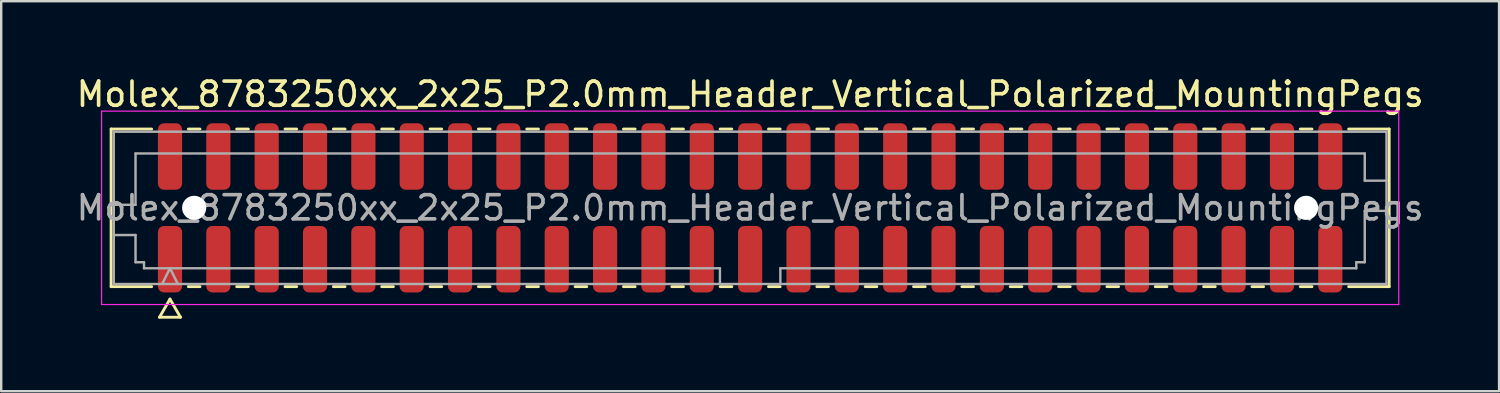
<source format=kicad_pcb>
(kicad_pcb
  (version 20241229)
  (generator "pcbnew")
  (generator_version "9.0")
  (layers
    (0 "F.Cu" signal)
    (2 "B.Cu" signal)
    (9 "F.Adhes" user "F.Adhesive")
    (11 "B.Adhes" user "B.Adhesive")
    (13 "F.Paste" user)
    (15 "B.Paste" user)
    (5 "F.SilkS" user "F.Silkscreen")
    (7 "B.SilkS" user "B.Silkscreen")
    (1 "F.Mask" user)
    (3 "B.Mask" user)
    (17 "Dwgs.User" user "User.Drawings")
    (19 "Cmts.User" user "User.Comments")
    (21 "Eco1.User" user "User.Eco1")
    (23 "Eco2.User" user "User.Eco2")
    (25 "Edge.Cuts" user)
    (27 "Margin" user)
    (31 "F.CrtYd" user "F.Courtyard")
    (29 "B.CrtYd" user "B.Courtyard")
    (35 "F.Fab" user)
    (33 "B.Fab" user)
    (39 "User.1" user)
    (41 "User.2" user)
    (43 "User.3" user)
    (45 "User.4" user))
  (footprint "Molex_8783250xx_2x25_P2.0mm_Header_Vertical_Polarized_MountingPegs"
    (layer "F.Cu")
    (at 27.982 5.548)
    (property "Reference" "Molex_8783250xx_2x25_P2.0mm_Header_Vertical_Polarized_MountingPegs" (at 0 -4.7 0) (layer "F.SilkS") (effects (font (size 1 1) (thickness 0.15))))
    (attr smd)
    (fp_line (start -26.435 -3.26) (end -24.76 -3.26) (stroke (width 0.12) (type solid)) (layer "F.SilkS"))
    (fp_line (start -26.435 3.26) (end -26.435 -3.26) (stroke (width 0.12) (type solid)) (layer "F.SilkS"))
    (fp_line (start -24.76 3.26) (end -26.435 3.26) (stroke (width 0.12) (type solid)) (layer "F.SilkS"))
    (fp_line (start -24.433 4.525) (end -24 3.775) (stroke (width 0.12) (type solid)) (layer "F.SilkS"))
    (fp_line (start -24 3.775) (end -23.567 4.525) (stroke (width 0.12) (type solid)) (layer "F.SilkS"))
    (fp_line (start -23.567 4.525) (end -24.433 4.525) (stroke (width 0.12) (type solid)) (layer "F.SilkS"))
    (fp_line (start -23.24 -3.26) (end -22.76 -3.26) (stroke (width 0.12) (type solid)) (layer "F.SilkS"))
    (fp_line (start -22.76 3.26) (end -23.24 3.26) (stroke (width 0.12) (type solid)) (layer "F.SilkS"))
    (fp_line (start -21.24 -3.26) (end -20.76 -3.26) (stroke (width 0.12) (type solid)) (layer "F.SilkS"))
    (fp_line (start -20.76 3.26) (end -21.24 3.26) (stroke (width 0.12) (type solid)) (layer "F.SilkS"))
    (fp_line (start -19.24 -3.26) (end -18.76 -3.26) (stroke (width 0.12) (type solid)) (layer "F.SilkS"))
    (fp_line (start -18.76 3.26) (end -19.24 3.26) (stroke (width 0.12) (type solid)) (layer "F.SilkS"))
    (fp_line (start -17.24 -3.26) (end -16.76 -3.26) (stroke (width 0.12) (type solid)) (layer "F.SilkS"))
    (fp_line (start -16.76 3.26) (end -17.24 3.26) (stroke (width 0.12) (type solid)) (layer "F.SilkS"))
    (fp_line (start -15.24 -3.26) (end -14.76 -3.26) (stroke (width 0.12) (type solid)) (layer "F.SilkS"))
    (fp_line (start -14.76 3.26) (end -15.24 3.26) (stroke (width 0.12) (type solid)) (layer "F.SilkS"))
    (fp_line (start -13.24 -3.26) (end -12.76 -3.26) (stroke (width 0.12) (type solid)) (layer "F.SilkS"))
    (fp_line (start -12.76 3.26) (end -13.24 3.26) (stroke (width 0.12) (type solid)) (layer "F.SilkS"))
    (fp_line (start -11.24 -3.26) (end -10.76 -3.26) (stroke (width 0.12) (type solid)) (layer "F.SilkS"))
    (fp_line (start -10.76 3.26) (end -11.24 3.26) (stroke (width 0.12) (type solid)) (layer "F.SilkS"))
    (fp_line (start -9.24 -3.26) (end -8.76 -3.26) (stroke (width 0.12) (type solid)) (layer "F.SilkS"))
    (fp_line (start -8.76 3.26) (end -9.24 3.26) (stroke (width 0.12) (type solid)) (layer "F.SilkS"))
    (fp_line (start -7.24 -3.26) (end -6.76 -3.26) (stroke (width 0.12) (type solid)) (layer "F.SilkS"))
    (fp_line (start -6.76 3.26) (end -7.24 3.26) (stroke (width 0.12) (type solid)) (layer "F.SilkS"))
    (fp_line (start -5.24 -3.26) (end -4.76 -3.26) (stroke (width 0.12) (type solid)) (layer "F.SilkS"))
    (fp_line (start -4.76 3.26) (end -5.24 3.26) (stroke (width 0.12) (type solid)) (layer "F.SilkS"))
    (fp_line (start -3.24 -3.26) (end -2.76 -3.26) (stroke (width 0.12) (type solid)) (layer "F.SilkS"))
    (fp_line (start -2.76 3.26) (end -3.24 3.26) (stroke (width 0.12) (type solid)) (layer "F.SilkS"))
    (fp_line (start -1.24 -3.26) (end -0.76 -3.26) (stroke (width 0.12) (type solid)) (layer "F.SilkS"))
    (fp_line (start -0.76 3.26) (end -1.24 3.26) (stroke (width 0.12) (type solid)) (layer "F.SilkS"))
    (fp_line (start 0.76 -3.26) (end 1.24 -3.26) (stroke (width 0.12) (type solid)) (layer "F.SilkS"))
    (fp_line (start 1.24 3.26) (end 0.76 3.26) (stroke (width 0.12) (type solid)) (layer "F.SilkS"))
    (fp_line (start 2.76 -3.26) (end 3.24 -3.26) (stroke (width 0.12) (type solid)) (layer "F.SilkS"))
    (fp_line (start 3.24 3.26) (end 2.76 3.26) (stroke (width 0.12) (type solid)) (layer "F.SilkS"))
    (fp_line (start 4.76 -3.26) (end 5.24 -3.26) (stroke (width 0.12) (type solid)) (layer "F.SilkS"))
    (fp_line (start 5.24 3.26) (end 4.76 3.26) (stroke (width 0.12) (type solid)) (layer "F.SilkS"))
    (fp_line (start 6.76 -3.26) (end 7.24 -3.26) (stroke (width 0.12) (type solid)) (layer "F.SilkS"))
    (fp_line (start 7.24 3.26) (end 6.76 3.26) (stroke (width 0.12) (type solid)) (layer "F.SilkS"))
    (fp_line (start 8.76 -3.26) (end 9.24 -3.26) (stroke (width 0.12) (type solid)) (layer "F.SilkS"))
    (fp_line (start 9.24 3.26) (end 8.76 3.26) (stroke (width 0.12) (type solid)) (layer "F.SilkS"))
    (fp_line (start 10.76 -3.26) (end 11.24 -3.26) (stroke (width 0.12) (type solid)) (layer "F.SilkS"))
    (fp_line (start 11.24 3.26) (end 10.76 3.26) (stroke (width 0.12) (type solid)) (layer "F.SilkS"))
    (fp_line (start 12.76 -3.26) (end 13.24 -3.26) (stroke (width 0.12) (type solid)) (layer "F.SilkS"))
    (fp_line (start 13.24 3.26) (end 12.76 3.26) (stroke (width 0.12) (type solid)) (layer "F.SilkS"))
    (fp_line (start 14.76 -3.26) (end 15.24 -3.26) (stroke (width 0.12) (type solid)) (layer "F.SilkS"))
    (fp_line (start 15.24 3.26) (end 14.76 3.26) (stroke (width 0.12) (type solid)) (layer "F.SilkS"))
    (fp_line (start 16.76 -3.26) (end 17.24 -3.26) (stroke (width 0.12) (type solid)) (layer "F.SilkS"))
    (fp_line (start 17.24 3.26) (end 16.76 3.26) (stroke (width 0.12) (type solid)) (layer "F.SilkS"))
    (fp_line (start 18.76 -3.26) (end 19.24 -3.26) (stroke (width 0.12) (type solid)) (layer "F.SilkS"))
    (fp_line (start 19.24 3.26) (end 18.76 3.26) (stroke (width 0.12) (type solid)) (layer "F.SilkS"))
    (fp_line (start 20.76 -3.26) (end 21.24 -3.26) (stroke (width 0.12) (type solid)) (layer "F.SilkS"))
    (fp_line (start 21.24 3.26) (end 20.76 3.26) (stroke (width 0.12) (type solid)) (layer "F.SilkS"))
    (fp_line (start 22.76 -3.26) (end 23.24 -3.26) (stroke (width 0.12) (type solid)) (layer "F.SilkS"))
    (fp_line (start 23.24 3.26) (end 22.76 3.26) (stroke (width 0.12) (type solid)) (layer "F.SilkS"))
    (fp_line (start 24.76 -3.26) (end 26.435 -3.26) (stroke (width 0.12) (type solid)) (layer "F.SilkS"))
    (fp_line (start 26.435 -3.26) (end 26.435 3.26) (stroke (width 0.12) (type solid)) (layer "F.SilkS"))
    (fp_line (start 26.435 3.26) (end 24.76 3.26) (stroke (width 0.12) (type solid)) (layer "F.SilkS"))
    (fp_line (start -26.83 -4) (end -26.83 4) (stroke (width 0.05) (type solid)) (layer "F.CrtYd"))
    (fp_line (start -26.83 4) (end 26.83 4) (stroke (width 0.05) (type solid)) (layer "F.CrtYd"))
    (fp_line (start 26.83 -4) (end -26.83 -4) (stroke (width 0.05) (type solid)) (layer "F.CrtYd"))
    (fp_line (start 26.83 4) (end 26.83 -4) (stroke (width 0.05) (type solid)) (layer "F.CrtYd"))
    (fp_line (start -26.325 -3.15) (end 26.325 -3.15) (stroke (width 0.1) (type solid)) (layer "F.Fab"))
    (fp_line (start -26.325 -0.125) (end -25.425 -0.125) (stroke (width 0.1) (type solid)) (layer "F.Fab"))
    (fp_line (start -26.325 1.125) (end -25.425 1.125) (stroke (width 0.1) (type solid)) (layer "F.Fab"))
    (fp_line (start -26.325 3.15) (end -26.325 -3.15) (stroke (width 0.1) (type solid)) (layer "F.Fab"))
    (fp_line (start -25.425 -2.25) (end 25.425 -2.25) (stroke (width 0.1) (type solid)) (layer "F.Fab"))
    (fp_line (start -25.425 -0.125) (end -25.425 -2.25) (stroke (width 0.1) (type solid)) (layer "F.Fab"))
    (fp_line (start -25.425 1.125) (end -25.425 2.25) (stroke (width 0.1) (type solid)) (layer "F.Fab"))
    (fp_line (start -25.425 2.25) (end -25.075 2.25) (stroke (width 0.1) (type solid)) (layer "F.Fab"))
    (fp_line (start -25.075 2.25) (end -25.075 2.5) (stroke (width 0.1) (type solid)) (layer "F.Fab"))
    (fp_line (start -25.075 2.5) (end -1.25 2.5) (stroke (width 0.1) (type solid)) (layer "F.Fab"))
    (fp_line (start -24.325 3.15) (end -24 2.5) (stroke (width 0.1) (type solid)) (layer "F.Fab"))
    (fp_line (start -24 2.5) (end -23.675 3.15) (stroke (width 0.1) (type solid)) (layer "F.Fab"))
    (fp_line (start -1.25 2.5) (end -1.25 3.15) (stroke (width 0.1) (type solid)) (layer "F.Fab"))
    (fp_line (start 1.25 2.5) (end 1.25 3.15) (stroke (width 0.1) (type solid)) (layer "F.Fab"))
    (fp_line (start 1.25 2.5) (end 25.075 2.5) (stroke (width 0.1) (type solid)) (layer "F.Fab"))
    (fp_line (start 25.075 2.25) (end 25.425 2.25) (stroke (width 0.1) (type solid)) (layer "F.Fab"))
    (fp_line (start 25.075 2.5) (end 25.075 2.25) (stroke (width 0.1) (type solid)) (layer "F.Fab"))
    (fp_line (start 25.425 -2.25) (end 25.425 -1.125) (stroke (width 0.1) (type solid)) (layer "F.Fab"))
    (fp_line (start 25.425 -1.125) (end 26.325 -1.125) (stroke (width 0.1) (type solid)) (layer "F.Fab"))
    (fp_line (start 25.425 0.125) (end 26.325 0.125) (stroke (width 0.1) (type solid)) (layer "F.Fab"))
    (fp_line (start 25.425 2.25) (end 25.425 0.125) (stroke (width 0.1) (type solid)) (layer "F.Fab"))
    (fp_line (start 26.325 -3.15) (end 26.325 3.15) (stroke (width 0.1) (type solid)) (layer "F.Fab"))
    (fp_line (start 26.325 3.15) (end -26.325 3.15) (stroke (width 0.1) (type solid)) (layer "F.Fab"))
    (fp_text user "${REFERENCE}" (at 0 0 0) (layer "F.Fab") (effects (font (size 1 1) (thickness 0.15))))
    (pad "" np_thru_hole circle (at -23 0) (size 1 1) (drill 1) (layers "*.Cu" "*.Mask"))
    (pad "" np_thru_hole circle (at 23 0) (size 1 1) (drill 1) (layers "*.Cu" "*.Mask"))
    (pad "1" smd roundrect (at -24 2.125) (size 1 2.75) (layers "F.Cu" "F.Mask" "F.Paste") (roundrect_rratio 0.25))
    (pad "2" smd roundrect (at -24 -2.125) (size 1 2.75) (layers "F.Cu" "F.Mask" "F.Paste") (roundrect_rratio 0.25))
    (pad "3" smd roundrect (at -22 2.125) (size 1 2.75) (layers "F.Cu" "F.Mask" "F.Paste") (roundrect_rratio 0.25))
    (pad "4" smd roundrect (at -22 -2.125) (size 1 2.75) (layers "F.Cu" "F.Mask" "F.Paste") (roundrect_rratio 0.25))
    (pad "5" smd roundrect (at -20 2.125) (size 1 2.75) (layers "F.Cu" "F.Mask" "F.Paste") (roundrect_rratio 0.25))
    (pad "6" smd roundrect (at -20 -2.125) (size 1 2.75) (layers "F.Cu" "F.Mask" "F.Paste") (roundrect_rratio 0.25))
    (pad "7" smd roundrect (at -18 2.125) (size 1 2.75) (layers "F.Cu" "F.Mask" "F.Paste") (roundrect_rratio 0.25))
    (pad "8" smd roundrect (at -18 -2.125) (size 1 2.75) (layers "F.Cu" "F.Mask" "F.Paste") (roundrect_rratio 0.25))
    (pad "9" smd roundrect (at -16 2.125) (size 1 2.75) (layers "F.Cu" "F.Mask" "F.Paste") (roundrect_rratio 0.25))
    (pad "10" smd roundrect (at -16 -2.125) (size 1 2.75) (layers "F.Cu" "F.Mask" "F.Paste") (roundrect_rratio 0.25))
    (pad "11" smd roundrect (at -14 2.125) (size 1 2.75) (layers "F.Cu" "F.Mask" "F.Paste") (roundrect_rratio 0.25))
    (pad "12" smd roundrect (at -14 -2.125) (size 1 2.75) (layers "F.Cu" "F.Mask" "F.Paste") (roundrect_rratio 0.25))
    (pad "13" smd roundrect (at -12 2.125) (size 1 2.75) (layers "F.Cu" "F.Mask" "F.Paste") (roundrect_rratio 0.25))
    (pad "14" smd roundrect (at -12 -2.125) (size 1 2.75) (layers "F.Cu" "F.Mask" "F.Paste") (roundrect_rratio 0.25))
    (pad "15" smd roundrect (at -10 2.125) (size 1 2.75) (layers "F.Cu" "F.Mask" "F.Paste") (roundrect_rratio 0.25))
    (pad "16" smd roundrect (at -10 -2.125) (size 1 2.75) (layers "F.Cu" "F.Mask" "F.Paste") (roundrect_rratio 0.25))
    (pad "17" smd roundrect (at -8 2.125) (size 1 2.75) (layers "F.Cu" "F.Mask" "F.Paste") (roundrect_rratio 0.25))
    (pad "18" smd roundrect (at -8 -2.125) (size 1 2.75) (layers "F.Cu" "F.Mask" "F.Paste") (roundrect_rratio 0.25))
    (pad "19" smd roundrect (at -6 2.125) (size 1 2.75) (layers "F.Cu" "F.Mask" "F.Paste") (roundrect_rratio 0.25))
    (pad "20" smd roundrect (at -6 -2.125) (size 1 2.75) (layers "F.Cu" "F.Mask" "F.Paste") (roundrect_rratio 0.25))
    (pad "21" smd roundrect (at -4 2.125) (size 1 2.75) (layers "F.Cu" "F.Mask" "F.Paste") (roundrect_rratio 0.25))
    (pad "22" smd roundrect (at -4 -2.125) (size 1 2.75) (layers "F.Cu" "F.Mask" "F.Paste") (roundrect_rratio 0.25))
    (pad "23" smd roundrect (at -2 2.125) (size 1 2.75) (layers "F.Cu" "F.Mask" "F.Paste") (roundrect_rratio 0.25))
    (pad "24" smd roundrect (at -2 -2.125) (size 1 2.75) (layers "F.Cu" "F.Mask" "F.Paste") (roundrect_rratio 0.25))
    (pad "25" smd roundrect (at 0 2.125) (size 1 2.75) (layers "F.Cu" "F.Mask" "F.Paste") (roundrect_rratio 0.25))
    (pad "26" smd roundrect (at 0 -2.125) (size 1 2.75) (layers "F.Cu" "F.Mask" "F.Paste") (roundrect_rratio 0.25))
    (pad "27" smd roundrect (at 2 2.125) (size 1 2.75) (layers "F.Cu" "F.Mask" "F.Paste") (roundrect_rratio 0.25))
    (pad "28" smd roundrect (at 2 -2.125) (size 1 2.75) (layers "F.Cu" "F.Mask" "F.Paste") (roundrect_rratio 0.25))
    (pad "29" smd roundrect (at 4 2.125) (size 1 2.75) (layers "F.Cu" "F.Mask" "F.Paste") (roundrect_rratio 0.25))
    (pad "30" smd roundrect (at 4 -2.125) (size 1 2.75) (layers "F.Cu" "F.Mask" "F.Paste") (roundrect_rratio 0.25))
    (pad "31" smd roundrect (at 6 2.125) (size 1 2.75) (layers "F.Cu" "F.Mask" "F.Paste") (roundrect_rratio 0.25))
    (pad "32" smd roundrect (at 6 -2.125) (size 1 2.75) (layers "F.Cu" "F.Mask" "F.Paste") (roundrect_rratio 0.25))
    (pad "33" smd roundrect (at 8 2.125) (size 1 2.75) (layers "F.Cu" "F.Mask" "F.Paste") (roundrect_rratio 0.25))
    (pad "34" smd roundrect (at 8 -2.125) (size 1 2.75) (layers "F.Cu" "F.Mask" "F.Paste") (roundrect_rratio 0.25))
    (pad "35" smd roundrect (at 10 2.125) (size 1 2.75) (layers "F.Cu" "F.Mask" "F.Paste") (roundrect_rratio 0.25))
    (pad "36" smd roundrect (at 10 -2.125) (size 1 2.75) (layers "F.Cu" "F.Mask" "F.Paste") (roundrect_rratio 0.25))
    (pad "37" smd roundrect (at 12 2.125) (size 1 2.75) (layers "F.Cu" "F.Mask" "F.Paste") (roundrect_rratio 0.25))
    (pad "38" smd roundrect (at 12 -2.125) (size 1 2.75) (layers "F.Cu" "F.Mask" "F.Paste") (roundrect_rratio 0.25))
    (pad "39" smd roundrect (at 14 2.125) (size 1 2.75) (layers "F.Cu" "F.Mask" "F.Paste") (roundrect_rratio 0.25))
    (pad "40" smd roundrect (at 14 -2.125) (size 1 2.75) (layers "F.Cu" "F.Mask" "F.Paste") (roundrect_rratio 0.25))
    (pad "41" smd roundrect (at 16 2.125) (size 1 2.75) (layers "F.Cu" "F.Mask" "F.Paste") (roundrect_rratio 0.25))
    (pad "42" smd roundrect (at 16 -2.125) (size 1 2.75) (layers "F.Cu" "F.Mask" "F.Paste") (roundrect_rratio 0.25))
    (pad "43" smd roundrect (at 18 2.125) (size 1 2.75) (layers "F.Cu" "F.Mask" "F.Paste") (roundrect_rratio 0.25))
    (pad "44" smd roundrect (at 18 -2.125) (size 1 2.75) (layers "F.Cu" "F.Mask" "F.Paste") (roundrect_rratio 0.25))
    (pad "45" smd roundrect (at 20 2.125) (size 1 2.75) (layers "F.Cu" "F.Mask" "F.Paste") (roundrect_rratio 0.25))
    (pad "46" smd roundrect (at 20 -2.125) (size 1 2.75) (layers "F.Cu" "F.Mask" "F.Paste") (roundrect_rratio 0.25))
    (pad "47" smd roundrect (at 22 2.125) (size 1 2.75) (layers "F.Cu" "F.Mask" "F.Paste") (roundrect_rratio 0.25))
    (pad "48" smd roundrect (at 22 -2.125) (size 1 2.75) (layers "F.Cu" "F.Mask" "F.Paste") (roundrect_rratio 0.25))
    (pad "49" smd roundrect (at 24 2.125) (size 1 2.75) (layers "F.Cu" "F.Mask" "F.Paste") (roundrect_rratio 0.25))
    (pad "50" smd roundrect (at 24 -2.125) (size 1 2.75) (layers "F.Cu" "F.Mask" "F.Paste") (roundrect_rratio 0.25)))
  (gr_rect
    (start -3 -3)
    (end 58.964 13.133)
    (stroke (width 0.1) (type default))
    (fill no)
    (layer "Edge.Cuts")))
</source>
